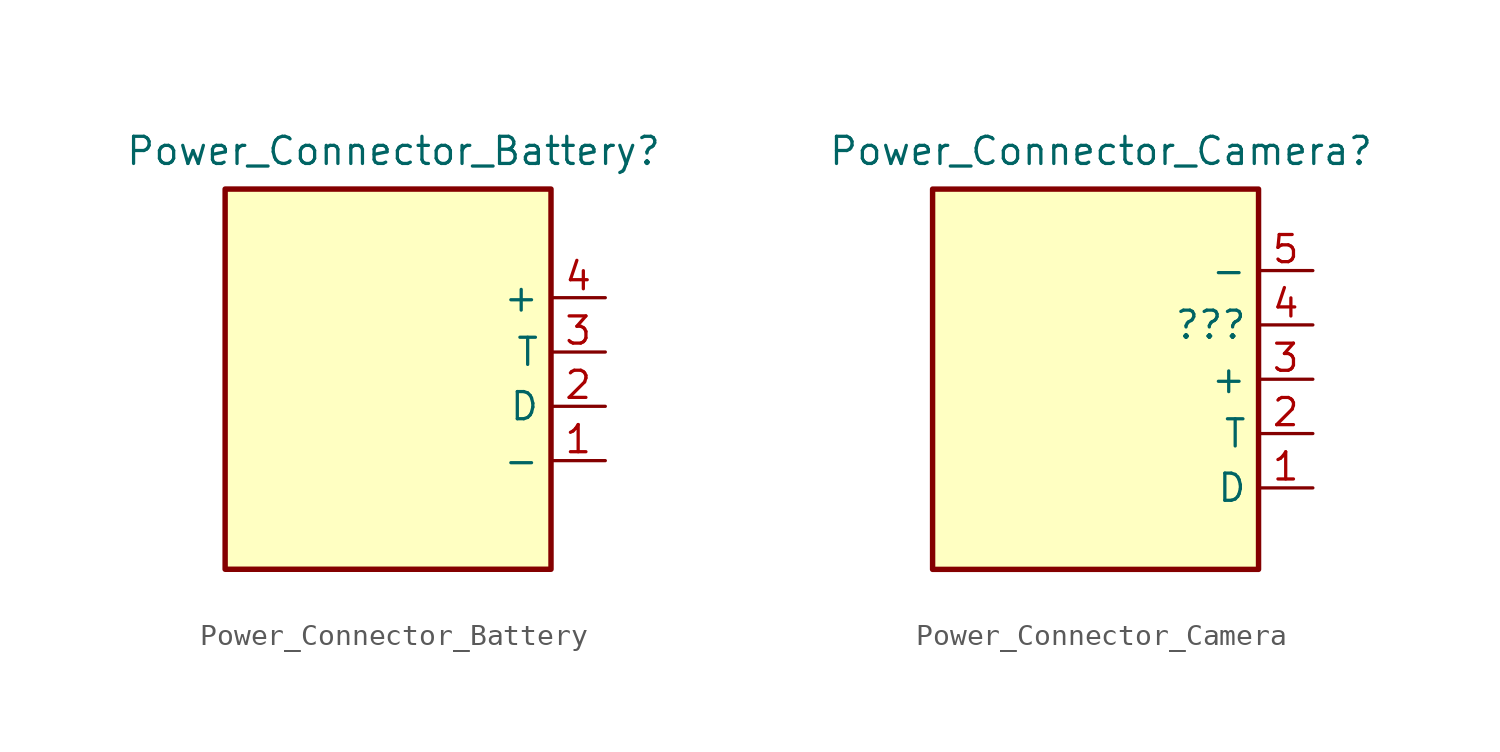
<source format=kicad_sym>
(kicad_symbol_lib
  (version 20231120)
  (generator "kicad_symbol_editor")
  (generator_version "8.0")
  (symbol "Power_Connector_Battery"
    (property "Reference" "Power_Connector_Battery"
      (at 0.254 10.668 0)
      (effects (font (size 1.27 1.27))))
    (property "Value" ""
      (at 0 0 0)
      (effects (font (size 1.27 1.27))))
    (symbol "Power_Connector_Battery_0_1"
      (rectangle (start -7.62 8.89) (end 7.62 -8.89) (stroke (width 0.254) (type default)) (fill (type background))))
    (symbol "Power_Connector_Battery_1_1"
      (pin power_out line (at 10.16 -3.81 180) (length 2.54) (name "-" (effects (font (size 1.27 1.27)))) (number "1" (effects (font (size 1.27 1.27)))))
      (pin input line (at 10.16 -1.27 180) (length 2.54) (name "D" (effects (font (size 1.27 1.27)))) (number "2" (effects (font (size 1.27 1.27)))))
      (pin input line (at 10.16 1.27 180) (length 2.54) (name "T" (effects (font (size 1.27 1.27)))) (number "3" (effects (font (size 1.27 1.27)))))
      (pin power_in line (at 10.16 3.81 180) (length 2.54) (name "+" (effects (font (size 1.27 1.27)))) (number "4" (effects (font (size 1.27 1.27)))))))
  (symbol "Power_Connector_Camera"
    (property "Reference" "Power_Connector_Camera"
      (at 0.254 10.668 0)
      (effects (font (size 1.27 1.27))))
    (property "Value" ""
      (at 0 0 0)
      (effects (font (size 1.27 1.27))))
    (symbol "Power_Connector_Camera_0_1"
      (rectangle (start -7.62 8.89) (end 7.62 -8.89) (stroke (width 0.254) (type default)) (fill (type background))))
    (symbol "Power_Connector_Camera_1_1"
      (pin input line (at 10.16 -5.08 180) (length 2.54) (name "D" (effects (font (size 1.27 1.27)))) (number "1" (effects (font (size 1.27 1.27)))))
      (pin input line (at 10.16 -2.54 180) (length 2.54) (name "T" (effects (font (size 1.27 1.27)))) (number "2" (effects (font (size 1.27 1.27)))))
      (pin power_in line (at 10.16 0 180) (length 2.54) (name "+" (effects (font (size 1.27 1.27)))) (number "3" (effects (font (size 1.27 1.27)))))
      (pin input line (at 10.16 2.54 180) (length 2.54) (name "???" (effects (font (size 1.27 1.27)))) (number "4" (effects (font (size 1.27 1.27)))))
      (pin power_in line (at 10.16 5.08 180) (length 2.54) (name "-" (effects (font (size 1.27 1.27)))) (number "5" (effects (font (size 1.27 1.27))))))))
</source>
